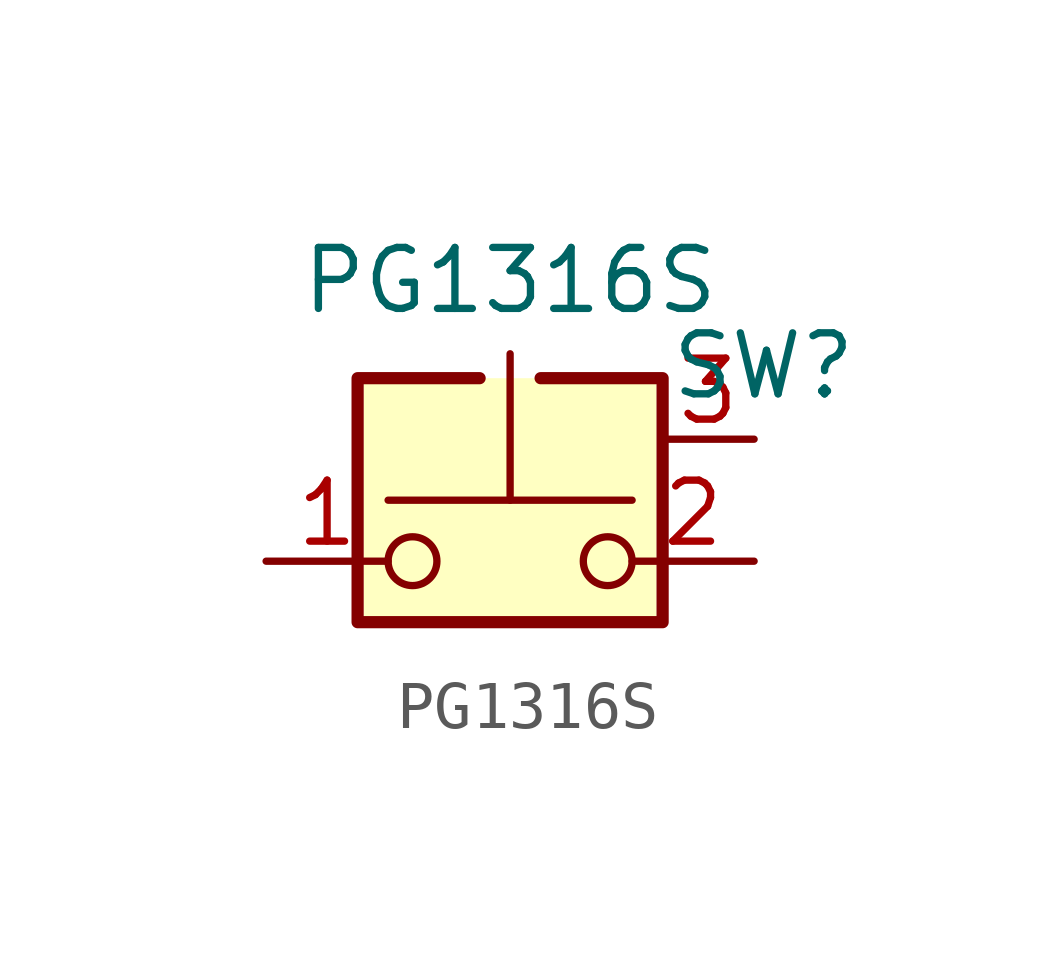
<source format=kicad_sym>
(kicad_symbol_lib
  (version 20231120)
  (generator "kicad_symbol_editor")
  (generator_version "8.0")
  (symbol "PG1316S"
    (pin_names
      (offset 1.016) hide)
    (property "Reference" "SW"
      (at 3.302 2.794 0)
      (effects (font (size 1.27 1.27)) (justify left)))
    (property "Value" "PG1316S"
      (at 0 4.572 0)
      (effects (font (size 1.27 1.27))))
    (symbol "PG1316S_0_1"
      (circle (center -2.032 -1.27) (radius 0.508) (stroke (width 0) (type default)) (fill (type none)))
      (polyline (pts (xy 0 0) (xy 0 3.048)) (stroke (width 0) (type default)) (fill (type none)))
      (polyline (pts (xy 2.54 0) (xy -2.54 0)) (stroke (width 0) (type default)) (fill (type none)))
      (polyline (pts (xy 0.508 2.54) (xy 3.048 2.54) (xy 3.048 -1.143) (xy -3.048 -1.143) (xy -3.048 2.54) (xy -0.508 2.54)) (stroke (width -0.025) (type default)) (fill (type none)))
      (polyline (pts (xy 0.635 2.54) (xy 3.175 2.54) (xy 3.175 -2.54) (xy -3.175 -2.54) (xy -3.175 2.54) (xy -0.635 2.54)) (stroke (width 0.254) (type default)) (fill (type none)))
      (circle (center 2.032 -1.27) (radius 0.508) (stroke (width 0) (type default)) (fill (type none)))
      (pin passive line (at -5.08 -1.27 0) (length 2.54) (name "1" (effects (font (size 1.27 1.27)))) (number "1" (effects (font (size 1.27 1.27)))))
      (pin passive line (at 5.08 -1.27 180) (length 2.54) (name "2" (effects (font (size 1.27 1.27)))) (number "2" (effects (font (size 1.27 1.27))))))
    (symbol "PG1316S_1_1"
      (rectangle (start -3.048 2.54) (end 3.048 -2.54) (stroke (width -0.025) (type default)) (fill (type background)))
      (pin passive line (at 5.08 1.27 180) (length 1.905) (name "SGND" (effects (font (size 1.27 1.27)))) (number "3" (effects (font (size 1.27 1.27))))))))
</source>
